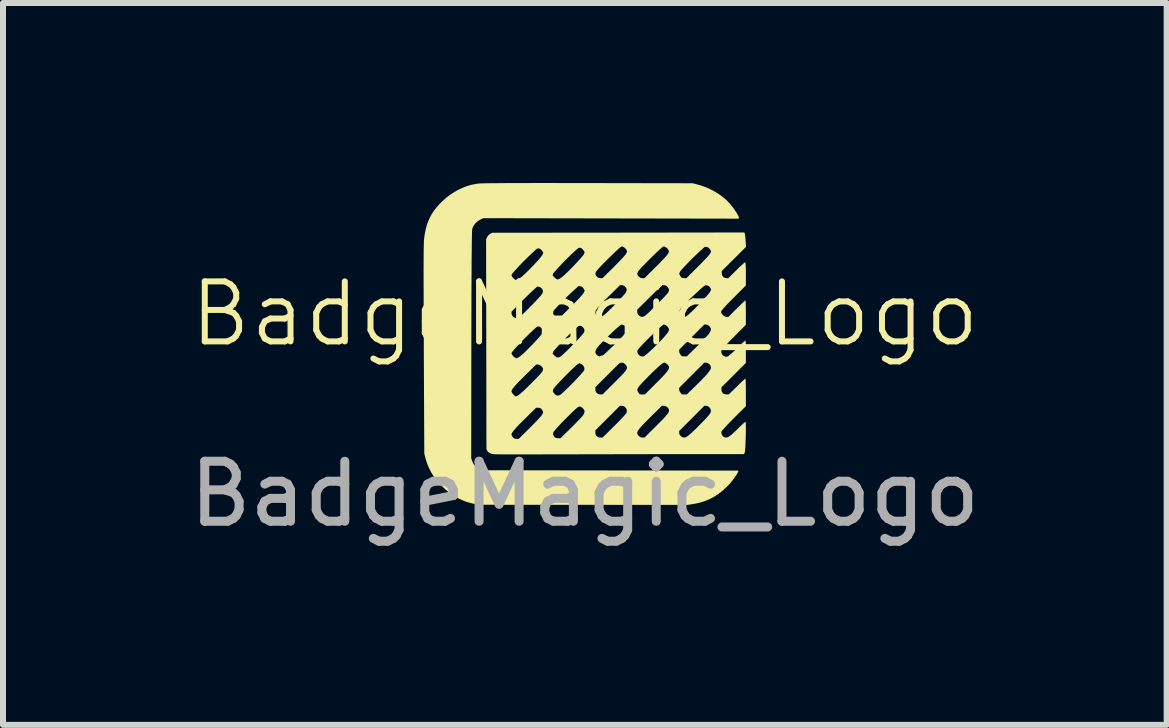
<source format=kicad_pcb>
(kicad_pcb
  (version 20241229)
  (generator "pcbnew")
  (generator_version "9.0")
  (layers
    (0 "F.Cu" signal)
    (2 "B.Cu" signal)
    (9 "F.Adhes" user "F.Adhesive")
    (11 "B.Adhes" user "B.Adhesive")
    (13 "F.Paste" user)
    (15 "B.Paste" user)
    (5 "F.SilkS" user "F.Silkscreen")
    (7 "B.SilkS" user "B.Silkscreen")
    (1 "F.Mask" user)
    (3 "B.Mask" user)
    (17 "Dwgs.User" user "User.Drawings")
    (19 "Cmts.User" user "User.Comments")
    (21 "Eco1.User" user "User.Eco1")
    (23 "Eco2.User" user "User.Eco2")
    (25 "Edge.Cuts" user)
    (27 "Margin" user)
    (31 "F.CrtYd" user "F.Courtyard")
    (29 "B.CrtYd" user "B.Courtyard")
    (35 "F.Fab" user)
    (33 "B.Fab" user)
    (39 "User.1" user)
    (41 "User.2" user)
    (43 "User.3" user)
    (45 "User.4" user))
  (footprint "BadgeMagic_Logo"
    (layer "F.Cu")
    (at 6.696 2.682)
    (property "Reference" "BadgeMagic_Logo" (at 0 -0.5 0) (unlocked yes) (layer "F.SilkS") (effects (font (size 1 1) (thickness 0.1))))
    (fp_poly (pts (xy 0.065 -2.681) (xy 1.8 -2.678) (xy 1.904 -2.65) (xy 1.941 -2.639) (xy 1.978 -2.626) (xy 2.015 -2.612) (xy 2.052 -2.597) (xy 2.088 -2.58) (xy 2.124 -2.562) (xy 2.159 -2.543) (xy 2.193 -2.523) (xy 2.226 -2.502) (xy 2.258 -2.48) (xy 2.289 -2.457) (xy 2.319 -2.433) (xy 2.347 -2.409) (xy 2.374 -2.384) (xy 2.399 -2.358) (xy 2.422 -2.332) (xy 2.448 -2.301) (xy 2.474 -2.267) (xy 2.498 -2.233) (xy 2.52 -2.2) (xy 2.539 -2.169) (xy 2.547 -2.155) (xy 2.554 -2.143) (xy 2.56 -2.131) (xy 2.564 -2.122) (xy 2.567 -2.114) (xy 2.567 -2.108) (xy 2.567 -2.088) (xy 0.438 -2.092) (xy -1.692 -2.096) (xy -1.743 -2.071) (xy -1.755 -2.065) (xy -1.767 -2.058) (xy -1.778 -2.05) (xy -1.789 -2.042) (xy -1.8 -2.033) (xy -1.81 -2.023) (xy -1.82 -2.014) (xy -1.829 -2.003) (xy -1.837 -1.993) (xy -1.845 -1.982) (xy -1.852 -1.971) (xy -1.859 -1.959) (xy -1.865 -1.948) (xy -1.869 -1.936) (xy -1.873 -1.924) (xy -1.877 -1.913) (xy -1.879 -1.873) (xy -1.882 -1.778) (xy -1.886 -1.419) (xy -1.889 -0.823) (xy -1.891 0.021) (xy -1.893 1.904) (xy -1.879 1.947) (xy -1.874 1.959) (xy -1.87 1.97) (xy -1.865 1.981) (xy -1.86 1.991) (xy -1.855 2) (xy -1.849 2.008) (xy -1.843 2.017) (xy -1.837 2.024) (xy -1.83 2.032) (xy -1.822 2.038) (xy -1.814 2.045) (xy -1.806 2.051) (xy -1.796 2.058) (xy -1.786 2.064) (xy -1.775 2.07) (xy -1.763 2.076) (xy -1.703 2.105) (xy 0.427 2.108) (xy 2.557 2.111) (xy 2.557 2.125) (xy 2.557 2.127) (xy 2.556 2.13) (xy 2.552 2.138) (xy 2.547 2.149) (xy 2.54 2.161) (xy 2.531 2.175) (xy 2.521 2.19) (xy 2.498 2.224) (xy 2.472 2.259) (xy 2.445 2.294) (xy 2.432 2.31) (xy 2.419 2.326) (xy 2.406 2.34) (xy 2.395 2.352) (xy 2.361 2.385) (xy 2.328 2.416) (xy 2.295 2.446) (xy 2.261 2.473) (xy 2.227 2.498) (xy 2.193 2.522) (xy 2.158 2.544) (xy 2.123 2.564) (xy 2.087 2.582) (xy 2.05 2.599) (xy 2.013 2.614) (xy 1.974 2.627) (xy 1.935 2.639) (xy 1.895 2.65) (xy 1.853 2.659) (xy 1.811 2.667) (xy 1.716 2.682) (xy -0.02 2.681) (xy -1.756 2.68) (xy -1.836 2.666) (xy -1.873 2.658) (xy -1.91 2.649) (xy -1.946 2.639) (xy -1.982 2.627) (xy -2.017 2.614) (xy -2.052 2.599) (xy -2.086 2.583) (xy -2.12 2.566) (xy -2.154 2.547) (xy -2.187 2.526) (xy -2.22 2.505) (xy -2.252 2.481) (xy -2.284 2.457) (xy -2.315 2.431) (xy -2.345 2.403) (xy -2.376 2.375) (xy -2.402 2.348) (xy -2.426 2.322) (xy -2.449 2.296) (xy -2.472 2.269) (xy -2.493 2.242) (xy -2.512 2.214) (xy -2.531 2.187) (xy -2.549 2.159) (xy -2.565 2.13) (xy -2.58 2.101) (xy -2.595 2.072) (xy -2.608 2.042) (xy -2.62 2.011) (xy -2.632 1.98) (xy -2.642 1.948) (xy -2.652 1.915) (xy -2.675 1.83) (xy -2.683 0.105) (xy -2.687 -1.216) (xy -2.685 -1.572) (xy -2.681 -1.726) (xy -2.675 -1.777) (xy -2.668 -1.826) (xy -2.659 -1.873) (xy -2.65 -1.918) (xy -2.638 -1.961) (xy -2.626 -2.002) (xy -2.611 -2.041) (xy -2.595 -2.079) (xy -2.577 -2.116) (xy -2.558 -2.152) (xy -2.536 -2.187) (xy -2.513 -2.222) (xy -2.487 -2.256) (xy -2.459 -2.289) (xy -2.429 -2.323) (xy -2.397 -2.356) (xy -2.363 -2.389) (xy -2.328 -2.42) (xy -2.292 -2.45) (xy -2.255 -2.478) (xy -2.218 -2.504) (xy -2.18 -2.528) (xy -2.141 -2.551) (xy -2.102 -2.572) (xy -2.062 -2.591) (xy -2.021 -2.609) (xy -1.98 -2.624) (xy -1.939 -2.638) (xy -1.898 -2.65) (xy -1.856 -2.659) (xy -1.814 -2.667) (xy -1.772 -2.673) (xy -1.722 -2.676) (xy -1.624 -2.678) (xy -1.277 -2.681) (xy -0.718 -2.682)) (stroke (width -0.000001) (type solid)) (fill yes) (layer "F.SilkS"))
    (fp_poly (pts (xy 2.667 -1.834) (xy 2.668 -1.831) (xy 2.669 -1.828) (xy 2.67 -1.817) (xy 2.672 -1.804) (xy 2.674 -1.789) (xy 2.676 -1.772) (xy 2.677 -1.753) (xy 2.679 -1.734) (xy 2.68 -1.714) (xy 2.687 -1.618) (xy 2.484 -1.416) (xy 2.282 -1.215) (xy 2.282 -1.178) (xy 2.282 -1.174) (xy 2.282 -1.17) (xy 2.283 -1.166) (xy 2.283 -1.162) (xy 2.284 -1.158) (xy 2.285 -1.154) (xy 2.287 -1.15) (xy 2.288 -1.147) (xy 2.29 -1.143) (xy 2.291 -1.139) (xy 2.293 -1.136) (xy 2.295 -1.133) (xy 2.298 -1.129) (xy 2.3 -1.126) (xy 2.303 -1.123) (xy 2.305 -1.12) (xy 2.308 -1.118) (xy 2.311 -1.115) (xy 2.314 -1.113) (xy 2.317 -1.11) (xy 2.32 -1.108) (xy 2.323 -1.106) (xy 2.327 -1.104) (xy 2.33 -1.103) (xy 2.334 -1.101) (xy 2.338 -1.1) (xy 2.341 -1.099) (xy 2.345 -1.098) (xy 2.349 -1.097) (xy 2.353 -1.096) (xy 2.357 -1.096) (xy 2.361 -1.096) (xy 2.391 -1.096) (xy 2.525 -1.228) (xy 2.552 -1.255) (xy 2.578 -1.28) (xy 2.602 -1.302) (xy 2.623 -1.322) (xy 2.641 -1.338) (xy 2.656 -1.35) (xy 2.666 -1.358) (xy 2.669 -1.36) (xy 2.671 -1.361) (xy 2.672 -1.36) (xy 2.673 -1.36) (xy 2.674 -1.359) (xy 2.674 -1.358) (xy 2.675 -1.357) (xy 2.676 -1.355) (xy 2.677 -1.353) (xy 2.677 -1.351) (xy 2.678 -1.348) (xy 2.678 -1.345) (xy 2.679 -1.337) (xy 2.68 -1.328) (xy 2.681 -1.318) (xy 2.682 -1.306) (xy 2.682 -1.292) (xy 2.683 -1.276) (xy 2.683 -1.258) (xy 2.684 -1.239) (xy 2.684 -1.217) (xy 2.684 -1.168) (xy 2.684 -0.975) (xy 2.478 -0.768) (xy 2.427 -0.716) (xy 2.383 -0.672) (xy 2.348 -0.634) (xy 2.319 -0.603) (xy 2.298 -0.578) (xy 2.283 -0.559) (xy 2.278 -0.551) (xy 2.274 -0.545) (xy 2.272 -0.54) (xy 2.271 -0.536) (xy 2.271 -0.533) (xy 2.272 -0.53) (xy 2.273 -0.526) (xy 2.274 -0.523) (xy 2.275 -0.519) (xy 2.276 -0.516) (xy 2.278 -0.512) (xy 2.28 -0.509) (xy 2.283 -0.505) (xy 2.285 -0.501) (xy 2.29 -0.494) (xy 2.297 -0.487) (xy 2.303 -0.481) (xy 2.31 -0.474) (xy 2.318 -0.469) (xy 2.325 -0.464) (xy 2.333 -0.459) (xy 2.337 -0.457) (xy 2.34 -0.455) (xy 2.344 -0.454) (xy 2.348 -0.453) (xy 2.352 -0.452) (xy 2.355 -0.451) (xy 2.359 -0.451) (xy 2.362 -0.45) (xy 2.391 -0.45) (xy 2.53 -0.588) (xy 2.585 -0.641) (xy 2.63 -0.685) (xy 2.648 -0.702) (xy 2.663 -0.715) (xy 2.672 -0.723) (xy 2.675 -0.725) (xy 2.676 -0.726) (xy 2.677 -0.725) (xy 2.677 -0.725) (xy 2.678 -0.721) (xy 2.679 -0.716) (xy 2.679 -0.71) (xy 2.681 -0.691) (xy 2.682 -0.666) (xy 2.683 -0.636) (xy 2.683 -0.601) (xy 2.684 -0.563) (xy 2.684 -0.522) (xy 2.684 -0.319) (xy 2.484 -0.117) (xy 2.439 -0.072) (xy 2.399 -0.031) (xy 2.364 0.006) (xy 2.334 0.039) (xy 2.311 0.066) (xy 2.293 0.087) (xy 2.286 0.096) (xy 2.281 0.103) (xy 2.278 0.109) (xy 2.276 0.113) (xy 2.275 0.118) (xy 2.274 0.123) (xy 2.274 0.128) (xy 2.274 0.133) (xy 2.275 0.138) (xy 2.276 0.143) (xy 2.277 0.148) (xy 2.278 0.153) (xy 2.28 0.158) (xy 2.282 0.163) (xy 2.285 0.167) (xy 2.287 0.171) (xy 2.29 0.176) (xy 2.293 0.18) (xy 2.297 0.184) (xy 2.3 0.188) (xy 2.304 0.191) (xy 2.308 0.194) (xy 2.312 0.197) (xy 2.316 0.2) (xy 2.321 0.203) (xy 2.325 0.205) (xy 2.33 0.207) (xy 2.335 0.209) (xy 2.34 0.211) (xy 2.345 0.212) (xy 2.35 0.213) (xy 2.355 0.213) (xy 2.36 0.213) (xy 2.365 0.213) (xy 2.37 0.212) (xy 2.375 0.211) (xy 2.377 0.211) (xy 2.379 0.21) (xy 2.384 0.207) (xy 2.39 0.203) (xy 2.397 0.198) (xy 2.404 0.192) (xy 2.413 0.185) (xy 2.423 0.177) (xy 2.433 0.168) (xy 2.456 0.148) (xy 2.482 0.125) (xy 2.508 0.1) (xy 2.536 0.073) (xy 2.588 0.022) (xy 2.632 -0.02) (xy 2.65 -0.036) (xy 2.663 -0.048) (xy 2.672 -0.056) (xy 2.675 -0.058) (xy 2.676 -0.059) (xy 2.677 -0.059) (xy 2.677 -0.058) (xy 2.678 -0.055) (xy 2.679 -0.05) (xy 2.679 -0.044) (xy 2.681 -0.027) (xy 2.682 -0.004) (xy 2.683 0.024) (xy 2.683 0.056) (xy 2.684 0.091) (xy 2.684 0.129) (xy 2.684 0.317) (xy 2.481 0.52) (xy 2.277 0.723) (xy 2.277 0.762) (xy 2.278 0.767) (xy 2.278 0.771) (xy 2.278 0.775) (xy 2.279 0.779) (xy 2.28 0.784) (xy 2.281 0.787) (xy 2.282 0.791) (xy 2.283 0.795) (xy 2.285 0.798) (xy 2.287 0.802) (xy 2.289 0.805) (xy 2.291 0.808) (xy 2.293 0.811) (xy 2.295 0.814) (xy 2.298 0.817) (xy 2.301 0.82) (xy 2.303 0.822) (xy 2.307 0.824) (xy 2.31 0.827) (xy 2.313 0.829) (xy 2.316 0.831) (xy 2.32 0.832) (xy 2.324 0.834) (xy 2.328 0.835) (xy 2.332 0.837) (xy 2.336 0.838) (xy 2.34 0.839) (xy 2.344 0.839) (xy 2.349 0.84) (xy 2.354 0.84) (xy 2.358 0.841) (xy 2.363 0.841) (xy 2.4 0.841) (xy 2.535 0.708) (xy 2.588 0.657) (xy 2.632 0.615) (xy 2.65 0.599) (xy 2.663 0.587) (xy 2.673 0.579) (xy 2.675 0.577) (xy 2.677 0.576) (xy 2.677 0.576) (xy 2.677 0.577) (xy 2.678 0.581) (xy 2.679 0.587) (xy 2.68 0.594) (xy 2.681 0.616) (xy 2.682 0.644) (xy 2.683 0.678) (xy 2.683 0.717) (xy 2.684 0.76) (xy 2.684 0.806) (xy 2.684 1.037) (xy 2.483 1.237) (xy 2.443 1.278) (xy 2.405 1.317) (xy 2.371 1.353) (xy 2.34 1.386) (xy 2.315 1.414) (xy 2.295 1.436) (xy 2.282 1.453) (xy 2.279 1.458) (xy 2.277 1.462) (xy 2.276 1.465) (xy 2.276 1.468) (xy 2.275 1.472) (xy 2.275 1.475) (xy 2.276 1.479) (xy 2.276 1.482) (xy 2.277 1.49) (xy 2.279 1.497) (xy 2.281 1.504) (xy 2.284 1.512) (xy 2.288 1.519) (xy 2.292 1.525) (xy 2.297 1.532) (xy 2.301 1.538) (xy 2.307 1.543) (xy 2.309 1.545) (xy 2.312 1.547) (xy 2.315 1.549) (xy 2.318 1.551) (xy 2.321 1.553) (xy 2.324 1.554) (xy 2.327 1.555) (xy 2.33 1.556) (xy 2.334 1.557) (xy 2.339 1.558) (xy 2.343 1.559) (xy 2.348 1.559) (xy 2.352 1.559) (xy 2.357 1.559) (xy 2.361 1.559) (xy 2.366 1.558) (xy 2.37 1.557) (xy 2.375 1.556) (xy 2.38 1.554) (xy 2.385 1.553) (xy 2.39 1.55) (xy 2.395 1.548) (xy 2.4 1.545) (xy 2.406 1.541) (xy 2.412 1.537) (xy 2.418 1.533) (xy 2.424 1.528) (xy 2.431 1.523) (xy 2.445 1.512) (xy 2.461 1.498) (xy 2.478 1.482) (xy 2.497 1.465) (xy 2.518 1.445) (xy 2.541 1.422) (xy 2.591 1.373) (xy 2.634 1.333) (xy 2.651 1.317) (xy 2.665 1.306) (xy 2.674 1.298) (xy 2.677 1.296) (xy 2.678 1.296) (xy 2.679 1.297) (xy 2.68 1.301) (xy 2.682 1.317) (xy 2.684 1.373) (xy 2.684 1.452) (xy 2.682 1.544) (xy 2.679 1.637) (xy 2.675 1.72) (xy 2.67 1.782) (xy 2.667 1.802) (xy 2.665 1.812) (xy 2.651 1.836) (xy 1.489 1.836) (xy -0.577 1.84) (xy -1.228 1.841) (xy -1.435 1.84) (xy -1.523 1.837) (xy -1.523 1.837) (xy -1.533 1.835) (xy -1.542 1.833) (xy -1.551 1.831) (xy -1.56 1.828) (xy -1.568 1.825) (xy -1.575 1.822) (xy -1.582 1.819) (xy -1.589 1.816) (xy -1.595 1.812) (xy -1.6 1.808) (xy -1.606 1.804) (xy -1.61 1.8) (xy -1.615 1.795) (xy -1.619 1.79) (xy -1.623 1.785) (xy -1.626 1.78) (xy -1.639 1.756) (xy -1.64 1.508) (xy -1.221 1.508) (xy -1.221 1.51) (xy -1.221 1.512) (xy -1.22 1.514) (xy -1.22 1.517) (xy -1.219 1.52) (xy -1.218 1.523) (xy -1.216 1.526) (xy -1.215 1.529) (xy -1.213 1.532) (xy -1.212 1.535) (xy -1.21 1.538) (xy -1.208 1.541) (xy -1.206 1.545) (xy -1.204 1.548) (xy -1.202 1.551) (xy -1.199 1.554) (xy -1.196 1.557) (xy -1.193 1.561) (xy -1.19 1.564) (xy -1.187 1.567) (xy -1.186 1.568) (xy -1.184 1.569) (xy -1.182 1.571) (xy -1.181 1.572) (xy -1.179 1.573) (xy -1.177 1.574) (xy -1.176 1.575) (xy -1.174 1.575) (xy -1.172 1.576) (xy -1.17 1.577) (xy -1.168 1.578) (xy -1.167 1.578) (xy -1.165 1.579) (xy -1.163 1.579) (xy -1.158 1.58) (xy -1.154 1.581) (xy -1.149 1.581) (xy -1.144 1.581) (xy -1.139 1.582) (xy -1.101 1.582) (xy -1.017 1.498) (xy -0.528 1.498) (xy -0.528 1.503) (xy -0.528 1.508) (xy -0.527 1.512) (xy -0.526 1.516) (xy -0.525 1.521) (xy -0.523 1.525) (xy -0.522 1.529) (xy -0.52 1.533) (xy -0.517 1.537) (xy -0.515 1.54) (xy -0.512 1.544) (xy -0.509 1.547) (xy -0.506 1.55) (xy -0.502 1.553) (xy -0.499 1.556) (xy -0.495 1.558) (xy -0.491 1.561) (xy -0.487 1.563) (xy -0.482 1.565) (xy -0.477 1.566) (xy -0.473 1.568) (xy -0.468 1.569) (xy -0.462 1.57) (xy -0.457 1.57) (xy -0.452 1.571) (xy -0.446 1.571) (xy -0.404 1.571) (xy -0.271 1.44) (xy 0.176 1.44) (xy 0.176 1.476) (xy 0.176 1.48) (xy 0.176 1.485) (xy 0.177 1.489) (xy 0.177 1.494) (xy 0.178 1.498) (xy 0.179 1.502) (xy 0.18 1.506) (xy 0.182 1.51) (xy 0.183 1.513) (xy 0.185 1.517) (xy 0.187 1.521) (xy 0.189 1.524) (xy 0.192 1.527) (xy 0.194 1.531) (xy 0.196 1.534) (xy 0.199 1.536) (xy 0.202 1.539) (xy 0.205 1.542) (xy 0.208 1.544) (xy 0.211 1.547) (xy 0.215 1.549) (xy 0.218 1.551) (xy 0.222 1.552) (xy 0.226 1.554) (xy 0.229 1.556) (xy 0.233 1.557) (xy 0.237 1.558) (xy 0.241 1.559) (xy 0.246 1.559) (xy 0.25 1.56) (xy 0.254 1.56) (xy 0.259 1.56) (xy 0.296 1.56) (xy 0.374 1.483) (xy 0.874 1.483) (xy 0.874 1.487) (xy 0.875 1.49) (xy 0.875 1.494) (xy 0.876 1.497) (xy 0.877 1.501) (xy 0.879 1.504) (xy 0.88 1.507) (xy 0.882 1.511) (xy 0.884 1.514) (xy 0.886 1.517) (xy 0.888 1.521) (xy 0.891 1.524) (xy 0.893 1.527) (xy 0.896 1.53) (xy 0.899 1.533) (xy 0.902 1.536) (xy 0.905 1.538) (xy 0.908 1.541) (xy 0.911 1.543) (xy 0.915 1.546) (xy 0.918 1.548) (xy 0.922 1.55) (xy 0.926 1.552) (xy 0.929 1.554) (xy 0.933 1.555) (xy 0.937 1.556) (xy 0.941 1.558) (xy 0.945 1.559) (xy 0.949 1.559) (xy 0.953 1.56) (xy 0.956 1.56) (xy 0.96 1.56) (xy 0.995 1.56) (xy 1.106 1.45) (xy 1.573 1.45) (xy 1.573 1.479) (xy 1.573 1.483) (xy 1.573 1.487) (xy 1.574 1.49) (xy 1.575 1.494) (xy 1.576 1.498) (xy 1.577 1.501) (xy 1.578 1.505) (xy 1.58 1.509) (xy 1.582 1.512) (xy 1.584 1.516) (xy 1.586 1.519) (xy 1.588 1.522) (xy 1.591 1.526) (xy 1.594 1.529) (xy 1.596 1.532) (xy 1.599 1.535) (xy 1.602 1.537) (xy 1.605 1.54) (xy 1.609 1.543) (xy 1.612 1.545) (xy 1.615 1.547) (xy 1.619 1.55) (xy 1.623 1.551) (xy 1.626 1.553) (xy 1.63 1.555) (xy 1.634 1.556) (xy 1.637 1.558) (xy 1.641 1.559) (xy 1.645 1.559) (xy 1.649 1.56) (xy 1.653 1.56) (xy 1.657 1.56) (xy 1.661 1.56) (xy 1.666 1.56) (xy 1.67 1.559) (xy 1.675 1.557) (xy 1.68 1.555) (xy 1.686 1.553) (xy 1.691 1.55) (xy 1.697 1.547) (xy 1.704 1.543) (xy 1.71 1.538) (xy 1.717 1.533) (xy 1.725 1.527) (xy 1.733 1.521) (xy 1.741 1.514) (xy 1.751 1.506) (xy 1.76 1.498) (xy 1.79 1.471) (xy 1.825 1.438) (xy 1.864 1.401) (xy 1.904 1.36) (xy 1.945 1.318) (xy 1.986 1.276) (xy 2.024 1.236) (xy 2.057 1.198) (xy 2.063 1.192) (xy 2.068 1.185) (xy 2.073 1.179) (xy 2.078 1.173) (xy 2.082 1.168) (xy 2.085 1.162) (xy 2.089 1.157) (xy 2.091 1.152) (xy 2.094 1.147) (xy 2.096 1.143) (xy 2.098 1.138) (xy 2.099 1.133) (xy 2.1 1.129) (xy 2.101 1.124) (xy 2.102 1.12) (xy 2.102 1.116) (xy 2.102 1.112) (xy 2.101 1.108) (xy 2.101 1.104) (xy 2.1 1.1) (xy 2.099 1.096) (xy 2.098 1.092) (xy 2.096 1.089) (xy 2.095 1.085) (xy 2.093 1.081) (xy 2.091 1.078) (xy 2.089 1.074) (xy 2.087 1.071) (xy 2.084 1.067) (xy 2.082 1.064) (xy 2.076 1.058) (xy 2.073 1.055) (xy 2.07 1.052) (xy 2.067 1.05) (xy 2.064 1.047) (xy 2.06 1.045) (xy 2.057 1.042) (xy 2.054 1.04) (xy 2.05 1.039) (xy 2.046 1.037) (xy 2.043 1.035) (xy 2.039 1.034) (xy 2.035 1.033) (xy 2.032 1.032) (xy 2.028 1.032) (xy 2.024 1.031) (xy 2.021 1.031) (xy 1.991 1.031) (xy 1.782 1.241) (xy 1.573 1.45) (xy 1.106 1.45) (xy 1.184 1.373) (xy 1.247 1.309) (xy 1.298 1.258) (xy 1.336 1.217) (xy 1.351 1.2) (xy 1.364 1.185) (xy 1.375 1.171) (xy 1.384 1.159) (xy 1.39 1.149) (xy 1.395 1.139) (xy 1.399 1.13) (xy 1.402 1.121) (xy 1.403 1.113) (xy 1.403 1.105) (xy 1.403 1.102) (xy 1.403 1.099) (xy 1.402 1.096) (xy 1.401 1.093) (xy 1.4 1.089) (xy 1.399 1.086) (xy 1.397 1.083) (xy 1.395 1.08) (xy 1.394 1.076) (xy 1.391 1.073) (xy 1.389 1.07) (xy 1.387 1.067) (xy 1.384 1.064) (xy 1.381 1.061) (xy 1.378 1.058) (xy 1.375 1.056) (xy 1.372 1.053) (xy 1.369 1.051) (xy 1.366 1.048) (xy 1.362 1.046) (xy 1.359 1.044) (xy 1.355 1.042) (xy 1.352 1.04) (xy 1.348 1.038) (xy 1.344 1.037) (xy 1.341 1.035) (xy 1.337 1.034) (xy 1.333 1.033) (xy 1.329 1.032) (xy 1.326 1.032) (xy 1.322 1.031) (xy 1.318 1.031) (xy 1.285 1.031) (xy 1.11 1.203) (xy 1.045 1.267) (xy 0.993 1.32) (xy 0.952 1.363) (xy 0.935 1.382) (xy 0.921 1.398) (xy 0.909 1.413) (xy 0.899 1.427) (xy 0.891 1.438) (xy 0.884 1.449) (xy 0.88 1.459) (xy 0.876 1.468) (xy 0.875 1.476) (xy 0.874 1.483) (xy 0.374 1.483) (xy 0.485 1.373) (xy 0.524 1.334) (xy 0.56 1.297) (xy 0.594 1.263) (xy 0.624 1.231) (xy 0.649 1.204) (xy 0.669 1.181) (xy 0.684 1.164) (xy 0.688 1.159) (xy 0.691 1.154) (xy 0.693 1.149) (xy 0.695 1.144) (xy 0.697 1.139) (xy 0.698 1.133) (xy 0.699 1.128) (xy 0.7 1.123) (xy 0.7 1.117) (xy 0.7 1.112) (xy 0.7 1.107) (xy 0.699 1.101) (xy 0.698 1.096) (xy 0.696 1.091) (xy 0.695 1.086) (xy 0.693 1.081) (xy 0.69 1.077) (xy 0.688 1.072) (xy 0.685 1.068) (xy 0.682 1.064) (xy 0.678 1.06) (xy 0.675 1.056) (xy 0.671 1.052) (xy 0.667 1.049) (xy 0.663 1.046) (xy 0.658 1.043) (xy 0.654 1.04) (xy 0.649 1.038) (xy 0.644 1.036) (xy 0.639 1.034) (xy 0.633 1.033) (xy 0.628 1.032) (xy 0.622 1.031) (xy 0.616 1.031) (xy 0.585 1.031) (xy 0.38 1.236) (xy 0.176 1.44) (xy -0.271 1.44) (xy -0.234 1.404) (xy -0.166 1.336) (xy -0.106 1.274) (xy -0.081 1.248) (xy -0.06 1.226) (xy -0.044 1.208) (xy -0.035 1.196) (xy -0.028 1.186) (xy -0.022 1.177) (xy -0.016 1.167) (xy -0.012 1.158) (xy -0.01 1.154) (xy -0.009 1.15) (xy -0.008 1.146) (xy -0.007 1.141) (xy -0.006 1.137) (xy -0.005 1.133) (xy -0.005 1.129) (xy -0.005 1.125) (xy -0.005 1.122) (xy -0.006 1.118) (xy -0.006 1.114) (xy -0.007 1.11) (xy -0.008 1.107) (xy -0.01 1.103) (xy -0.011 1.1) (xy -0.013 1.096) (xy -0.015 1.093) (xy -0.018 1.089) (xy -0.02 1.086) (xy -0.023 1.083) (xy -0.026 1.079) (xy -0.03 1.076) (xy -0.037 1.069) (xy -0.044 1.064) (xy -0.05 1.059) (xy -0.055 1.055) (xy -0.06 1.051) (xy -0.062 1.05) (xy -0.065 1.048) (xy -0.067 1.047) (xy -0.069 1.046) (xy -0.071 1.045) (xy -0.073 1.044) (xy -0.075 1.044) (xy -0.077 1.044) (xy -0.079 1.043) (xy -0.082 1.043) (xy -0.084 1.043) (xy -0.086 1.044) (xy -0.088 1.044) (xy -0.09 1.044) (xy -0.092 1.045) (xy -0.095 1.046) (xy -0.097 1.047) (xy -0.1 1.048) (xy -0.106 1.05) (xy -0.112 1.053) (xy -0.119 1.057) (xy -0.13 1.065) (xy -0.147 1.079) (xy -0.197 1.125) (xy -0.261 1.188) (xy -0.331 1.258) (xy -0.4 1.329) (xy -0.459 1.393) (xy -0.503 1.442) (xy -0.516 1.459) (xy -0.522 1.468) (xy -0.524 1.474) (xy -0.525 1.479) (xy -0.526 1.484) (xy -0.527 1.489) (xy -0.528 1.493) (xy -0.528 1.498) (xy -1.017 1.498) (xy -0.911 1.394) (xy -0.873 1.355) (xy -0.836 1.318) (xy -0.803 1.283) (xy -0.773 1.251) (xy -0.748 1.223) (xy -0.727 1.2) (xy -0.714 1.182) (xy -0.709 1.176) (xy -0.707 1.171) (xy -0.692 1.137) (xy -0.707 1.106) (xy -0.711 1.101) (xy -0.714 1.095) (xy -0.716 1.093) (xy -0.717 1.09) (xy -0.719 1.088) (xy -0.721 1.086) (xy -0.723 1.084) (xy -0.725 1.082) (xy -0.726 1.08) (xy -0.728 1.078) (xy -0.73 1.077) (xy -0.732 1.075) (xy -0.735 1.074) (xy -0.737 1.072) (xy -0.739 1.071) (xy -0.741 1.07) (xy -0.744 1.069) (xy -0.746 1.068) (xy -0.749 1.067) (xy -0.752 1.066) (xy -0.754 1.066) (xy -0.757 1.065) (xy -0.76 1.065) (xy -0.763 1.064) (xy -0.77 1.063) (xy -0.777 1.063) (xy -0.784 1.063) (xy -0.811 1.063) (xy -0.986 1.235) (xy -1.048 1.296) (xy -1.099 1.348) (xy -1.14 1.391) (xy -1.171 1.426) (xy -1.184 1.441) (xy -1.194 1.454) (xy -1.203 1.466) (xy -1.21 1.477) (xy -1.215 1.486) (xy -1.219 1.494) (xy -1.221 1.501) (xy -1.221 1.508) (xy -1.64 1.508) (xy -1.641 0.79) (xy -1.221 0.79) (xy -1.221 0.791) (xy -1.221 0.792) (xy -1.221 0.795) (xy -1.22 0.798) (xy -1.219 0.801) (xy -1.217 0.804) (xy -1.216 0.807) (xy -1.214 0.811) (xy -1.212 0.814) (xy -1.21 0.818) (xy -1.207 0.821) (xy -1.205 0.825) (xy -1.202 0.829) (xy -1.199 0.832) (xy -1.196 0.836) (xy -1.193 0.839) (xy -1.189 0.843) (xy -1.157 0.875) (xy -1.129 0.867) (xy -1.127 0.867) (xy -1.125 0.866) (xy -1.12 0.863) (xy -1.114 0.859) (xy -1.107 0.854) (xy -1.099 0.848) (xy -1.09 0.841) (xy -1.08 0.833) (xy -1.069 0.824) (xy -1.045 0.803) (xy -1.024 0.785) (xy -0.532 0.785) (xy -0.532 0.787) (xy -0.532 0.789) (xy -0.532 0.791) (xy -0.531 0.793) (xy -0.531 0.794) (xy -0.53 0.796) (xy -0.529 0.798) (xy -0.528 0.8) (xy -0.527 0.803) (xy -0.524 0.807) (xy -0.52 0.812) (xy -0.516 0.817) (xy -0.512 0.823) (xy -0.506 0.829) (xy -0.5 0.836) (xy -0.498 0.839) (xy -0.495 0.841) (xy -0.492 0.844) (xy -0.49 0.846) (xy -0.487 0.848) (xy -0.484 0.85) (xy -0.481 0.852) (xy -0.479 0.854) (xy -0.476 0.855) (xy -0.473 0.857) (xy -0.471 0.858) (xy -0.468 0.859) (xy -0.465 0.859) (xy -0.462 0.86) (xy -0.459 0.86) (xy -0.456 0.861) (xy -0.453 0.861) (xy -0.45 0.861) (xy -0.447 0.861) (xy -0.444 0.86) (xy -0.441 0.86) (xy -0.438 0.859) (xy -0.434 0.858) (xy -0.431 0.857) (xy -0.428 0.856) (xy -0.424 0.854) (xy -0.416 0.851) (xy -0.409 0.847) (xy -0.396 0.838) (xy -0.378 0.823) (xy -0.327 0.776) (xy -0.27 0.721) (xy 0.176 0.721) (xy 0.176 0.756) (xy 0.176 0.761) (xy 0.176 0.765) (xy 0.177 0.77) (xy 0.177 0.774) (xy 0.178 0.778) (xy 0.179 0.782) (xy 0.18 0.786) (xy 0.182 0.79) (xy 0.183 0.794) (xy 0.185 0.797) (xy 0.187 0.801) (xy 0.189 0.804) (xy 0.192 0.808) (xy 0.194 0.811) (xy 0.196 0.814) (xy 0.199 0.817) (xy 0.202 0.82) (xy 0.205 0.822) (xy 0.208 0.825) (xy 0.211 0.827) (xy 0.215 0.829) (xy 0.218 0.831) (xy 0.222 0.833) (xy 0.226 0.834) (xy 0.229 0.836) (xy 0.233 0.837) (xy 0.237 0.838) (xy 0.241 0.839) (xy 0.246 0.84) (xy 0.25 0.84) (xy 0.254 0.841) (xy 0.259 0.841) (xy 0.296 0.841) (xy 0.37 0.767) (xy 0.875 0.767) (xy 0.875 0.771) (xy 0.876 0.775) (xy 0.877 0.779) (xy 0.878 0.783) (xy 0.88 0.787) (xy 0.884 0.795) (xy 0.889 0.804) (xy 0.896 0.813) (xy 0.918 0.841) (xy 1.002 0.841) (xy 1.113 0.73) (xy 1.573 0.73) (xy 1.573 0.758) (xy 1.573 0.761) (xy 1.573 0.764) (xy 1.574 0.767) (xy 1.574 0.77) (xy 1.575 0.774) (xy 1.576 0.778) (xy 1.578 0.781) (xy 1.579 0.785) (xy 1.581 0.789) (xy 1.582 0.793) (xy 1.584 0.796) (xy 1.586 0.8) (xy 1.588 0.803) (xy 1.59 0.807) (xy 1.592 0.81) (xy 1.595 0.813) (xy 1.617 0.841) (xy 1.7 0.841) (xy 1.839 0.706) (xy 1.906 0.64) (xy 1.961 0.584) (xy 2.007 0.536) (xy 2.026 0.515) (xy 2.043 0.495) (xy 2.057 0.478) (xy 2.069 0.462) (xy 2.08 0.448) (xy 2.088 0.435) (xy 2.094 0.423) (xy 2.098 0.413) (xy 2.101 0.404) (xy 2.102 0.395) (xy 2.102 0.392) (xy 2.101 0.388) (xy 2.101 0.384) (xy 2.1 0.38) (xy 2.099 0.376) (xy 2.098 0.373) (xy 2.096 0.369) (xy 2.095 0.365) (xy 2.093 0.361) (xy 2.091 0.358) (xy 2.089 0.354) (xy 2.087 0.351) (xy 2.084 0.348) (xy 2.082 0.344) (xy 2.076 0.338) (xy 2.07 0.332) (xy 2.067 0.33) (xy 2.064 0.327) (xy 2.06 0.325) (xy 2.057 0.323) (xy 2.053 0.321) (xy 2.05 0.319) (xy 2.046 0.317) (xy 2.043 0.316) (xy 2.039 0.315) (xy 2.035 0.313) (xy 2.032 0.313) (xy 2.028 0.312) (xy 2.024 0.312) (xy 2.021 0.312) (xy 1.991 0.312) (xy 1.573 0.73) (xy 1.113 0.73) (xy 1.18 0.663) (xy 1.241 0.602) (xy 1.29 0.552) (xy 1.329 0.51) (xy 1.345 0.492) (xy 1.359 0.476) (xy 1.37 0.461) (xy 1.38 0.448) (xy 1.387 0.436) (xy 1.394 0.425) (xy 1.398 0.415) (xy 1.401 0.406) (xy 1.403 0.398) (xy 1.403 0.39) (xy 1.403 0.387) (xy 1.403 0.384) (xy 1.402 0.381) (xy 1.401 0.378) (xy 1.4 0.375) (xy 1.398 0.371) (xy 1.397 0.368) (xy 1.395 0.365) (xy 1.391 0.358) (xy 1.386 0.352) (xy 1.38 0.345) (xy 1.374 0.339) (xy 1.368 0.334) (xy 1.362 0.328) (xy 1.355 0.324) (xy 1.348 0.32) (xy 1.345 0.318) (xy 1.341 0.316) (xy 1.338 0.315) (xy 1.335 0.314) (xy 1.331 0.313) (xy 1.328 0.312) (xy 1.325 0.312) (xy 1.322 0.312) (xy 1.319 0.312) (xy 1.316 0.313) (xy 1.311 0.315) (xy 1.306 0.317) (xy 1.295 0.325) (xy 1.281 0.335) (xy 1.265 0.347) (xy 1.247 0.362) (xy 1.227 0.38) (xy 1.205 0.4) (xy 1.181 0.422) (xy 1.155 0.446) (xy 1.128 0.472) (xy 1.099 0.501) (xy 1.038 0.563) (xy 0.972 0.631) (xy 0.953 0.651) (xy 0.937 0.669) (xy 0.922 0.685) (xy 0.91 0.699) (xy 0.9 0.712) (xy 0.891 0.724) (xy 0.885 0.735) (xy 0.882 0.74) (xy 0.88 0.745) (xy 0.878 0.75) (xy 0.877 0.754) (xy 0.876 0.759) (xy 0.875 0.763) (xy 0.875 0.767) (xy 0.37 0.767) (xy 0.485 0.653) (xy 0.563 0.575) (xy 0.594 0.543) (xy 0.621 0.515) (xy 0.644 0.491) (xy 0.663 0.469) (xy 0.677 0.451) (xy 0.689 0.434) (xy 0.696 0.42) (xy 0.699 0.414) (xy 0.701 0.407) (xy 0.702 0.402) (xy 0.703 0.396) (xy 0.703 0.391) (xy 0.702 0.386) (xy 0.701 0.38) (xy 0.699 0.375) (xy 0.694 0.365) (xy 0.686 0.355) (xy 0.677 0.344) (xy 0.674 0.34) (xy 0.67 0.336) (xy 0.667 0.332) (xy 0.663 0.329) (xy 0.659 0.326) (xy 0.656 0.324) (xy 0.652 0.321) (xy 0.649 0.319) (xy 0.645 0.317) (xy 0.641 0.316) (xy 0.638 0.314) (xy 0.634 0.313) (xy 0.63 0.313) (xy 0.626 0.312) (xy 0.622 0.312) (xy 0.617 0.312) (xy 0.585 0.312) (xy 0.38 0.516) (xy 0.176 0.721) (xy -0.27 0.721) (xy -0.263 0.714) (xy -0.193 0.643) (xy -0.126 0.572) (xy -0.068 0.509) (xy -0.045 0.482) (xy -0.026 0.46) (xy -0.014 0.443) (xy -0.01 0.438) (xy -0.009 0.434) (xy -0.008 0.43) (xy -0.007 0.426) (xy -0.007 0.423) (xy -0.007 0.419) (xy -0.006 0.416) (xy -0.007 0.412) (xy -0.007 0.408) (xy -0.007 0.405) (xy -0.008 0.401) (xy -0.008 0.398) (xy -0.01 0.391) (xy -0.013 0.384) (xy -0.016 0.377) (xy -0.02 0.371) (xy -0.024 0.364) (xy -0.029 0.358) (xy -0.034 0.353) (xy -0.04 0.348) (xy -0.046 0.343) (xy -0.049 0.341) (xy -0.053 0.339) (xy -0.056 0.337) (xy -0.06 0.335) (xy -0.088 0.321) (xy -0.118 0.337) (xy -0.129 0.345) (xy -0.147 0.36) (xy -0.197 0.406) (xy -0.261 0.468) (xy -0.331 0.538) (xy -0.4 0.609) (xy -0.459 0.673) (xy -0.503 0.722) (xy -0.516 0.739) (xy -0.522 0.749) (xy -0.525 0.756) (xy -0.527 0.763) (xy -0.529 0.768) (xy -0.531 0.773) (xy -0.531 0.776) (xy -0.532 0.778) (xy -0.532 0.78) (xy -0.532 0.783) (xy -0.532 0.785) (xy -1.024 0.785) (xy -1.019 0.78) (xy -0.991 0.754) (xy -0.962 0.726) (xy -0.962 0.726) (xy -0.907 0.672) (xy -0.857 0.622) (xy -0.813 0.577) (xy -0.775 0.538) (xy -0.744 0.504) (xy -0.722 0.478) (xy -0.714 0.468) (xy -0.708 0.46) (xy -0.704 0.454) (xy -0.703 0.45) (xy -0.703 0.449) (xy -0.703 0.448) (xy -0.703 0.446) (xy -0.702 0.445) (xy -0.702 0.443) (xy -0.702 0.442) (xy -0.701 0.439) (xy -0.7 0.435) (xy -0.699 0.432) (xy -0.698 0.428) (xy -0.698 0.427) (xy -0.697 0.425) (xy -0.696 0.423) (xy -0.696 0.42) (xy -0.696 0.417) (xy -0.696 0.414) (xy -0.697 0.411) (xy -0.698 0.408) (xy -0.699 0.405) (xy -0.7 0.401) (xy -0.702 0.398) (xy -0.704 0.395) (xy -0.706 0.391) (xy -0.709 0.388) (xy -0.714 0.381) (xy -0.721 0.374) (xy -0.727 0.368) (xy -0.734 0.362) (xy -0.742 0.357) (xy -0.745 0.355) (xy -0.749 0.352) (xy -0.753 0.35) (xy -0.757 0.349) (xy -0.761 0.347) (xy -0.764 0.346) (xy -0.768 0.345) (xy -0.772 0.344) (xy -0.775 0.343) (xy -0.779 0.343) (xy -0.81 0.343) (xy -0.985 0.515) (xy -1.048 0.577) (xy -1.1 0.63) (xy -1.141 0.673) (xy -1.172 0.708) (xy -1.185 0.723) (xy -1.195 0.736) (xy -1.204 0.748) (xy -1.21 0.758) (xy -1.215 0.768) (xy -1.219 0.776) (xy -1.221 0.784) (xy -1.221 0.79) (xy -1.641 0.79) (xy -1.642 0.152) (xy -1.221 0.152) (xy -1.221 0.154) (xy -1.221 0.157) (xy -1.22 0.161) (xy -1.219 0.164) (xy -1.218 0.167) (xy -1.216 0.171) (xy -1.212 0.178) (xy -1.208 0.185) (xy -1.203 0.192) (xy -1.197 0.199) (xy -1.191 0.206) (xy -1.184 0.212) (xy -1.177 0.218) (xy -1.17 0.224) (xy -1.163 0.228) (xy -1.157 0.232) (xy -1.153 0.234) (xy -1.15 0.235) (xy -1.147 0.236) (xy -1.144 0.237) (xy -1.141 0.237) (xy -1.138 0.237) (xy -1.137 0.237) (xy -1.136 0.237) (xy -1.133 0.237) (xy -1.13 0.236) (xy -1.126 0.234) (xy -1.122 0.233) (xy -1.118 0.231) (xy -1.113 0.228) (xy -1.109 0.226) (xy -1.104 0.223) (xy -1.098 0.219) (xy -1.093 0.216) (xy -1.088 0.213) (xy -1.082 0.209) (xy -1.077 0.205) (xy -1.072 0.201) (xy -1.066 0.197) (xy -1.048 0.182) (xy -1.027 0.163) (xy -0.536 0.163) (xy -0.504 0.195) (xy -0.497 0.201) (xy -0.491 0.207) (xy -0.485 0.212) (xy -0.482 0.214) (xy -0.48 0.216) (xy -0.477 0.217) (xy -0.474 0.219) (xy -0.471 0.221) (xy -0.469 0.222) (xy -0.466 0.223) (xy -0.464 0.224) (xy -0.461 0.224) (xy -0.458 0.225) (xy -0.456 0.225) (xy -0.453 0.226) (xy -0.45 0.226) (xy -0.448 0.226) (xy -0.445 0.225) (xy -0.442 0.225) (xy -0.439 0.224) (xy -0.436 0.223) (xy -0.433 0.223) (xy -0.43 0.222) (xy -0.423 0.219) (xy -0.416 0.216) (xy -0.409 0.212) (xy -0.396 0.203) (xy -0.378 0.188) (xy -0.327 0.141) (xy -0.319 0.134) (xy 0.176 0.134) (xy 0.177 0.138) (xy 0.177 0.142) (xy 0.177 0.145) (xy 0.178 0.149) (xy 0.179 0.152) (xy 0.181 0.156) (xy 0.182 0.159) (xy 0.184 0.162) (xy 0.186 0.166) (xy 0.188 0.169) (xy 0.191 0.172) (xy 0.193 0.175) (xy 0.196 0.178) (xy 0.199 0.181) (xy 0.205 0.186) (xy 0.211 0.191) (xy 0.216 0.195) (xy 0.221 0.199) (xy 0.226 0.201) (xy 0.231 0.204) (xy 0.233 0.205) (xy 0.236 0.206) (xy 0.238 0.207) (xy 0.24 0.208) (xy 0.243 0.208) (xy 0.245 0.209) (xy 0.247 0.209) (xy 0.25 0.209) (xy 0.252 0.209) (xy 0.255 0.209) (xy 0.257 0.209) (xy 0.26 0.209) (xy 0.265 0.208) (xy 0.27 0.207) (xy 0.276 0.206) (xy 0.282 0.204) (xy 0.286 0.202) (xy 0.291 0.198) (xy 0.298 0.193) (xy 0.307 0.186) (xy 0.329 0.167) (xy 0.355 0.144) (xy 0.376 0.125) (xy 0.875 0.125) (xy 0.876 0.129) (xy 0.876 0.134) (xy 0.877 0.139) (xy 0.878 0.144) (xy 0.879 0.149) (xy 0.881 0.153) (xy 0.883 0.158) (xy 0.886 0.162) (xy 0.888 0.167) (xy 0.891 0.171) (xy 0.894 0.175) (xy 0.898 0.179) (xy 0.901 0.182) (xy 0.905 0.186) (xy 0.909 0.189) (xy 0.913 0.192) (xy 0.917 0.195) (xy 0.922 0.198) (xy 0.926 0.2) (xy 0.931 0.203) (xy 0.935 0.205) (xy 0.94 0.206) (xy 0.945 0.207) (xy 0.95 0.208) (xy 0.955 0.209) (xy 0.96 0.209) (xy 0.966 0.209) (xy 0.971 0.209) (xy 0.976 0.208) (xy 0.978 0.208) (xy 0.979 0.207) (xy 0.984 0.205) (xy 0.99 0.201) (xy 0.996 0.197) (xy 1.004 0.192) (xy 1.012 0.185) (xy 1.021 0.178) (xy 1.031 0.17) (xy 1.042 0.161) (xy 1.053 0.151) (xy 1.077 0.13) (xy 1.103 0.106) (xy 1.115 0.095) (xy 1.573 0.095) (xy 1.573 0.123) (xy 1.573 0.126) (xy 1.573 0.129) (xy 1.574 0.132) (xy 1.574 0.135) (xy 1.575 0.139) (xy 1.576 0.143) (xy 1.578 0.146) (xy 1.579 0.15) (xy 1.581 0.154) (xy 1.582 0.158) (xy 1.584 0.161) (xy 1.586 0.165) (xy 1.588 0.168) (xy 1.59 0.172) (xy 1.592 0.175) (xy 1.595 0.178) (xy 1.617 0.206) (xy 1.701 0.206) (xy 1.85 0.06) (xy 1.916 -0.005) (xy 1.97 -0.06) (xy 2.014 -0.106) (xy 2.032 -0.127) (xy 2.048 -0.145) (xy 2.062 -0.161) (xy 2.073 -0.176) (xy 2.082 -0.19) (xy 2.09 -0.202) (xy 2.095 -0.213) (xy 2.099 -0.223) (xy 2.101 -0.232) (xy 2.102 -0.24) (xy 2.102 -0.243) (xy 2.101 -0.247) (xy 2.101 -0.251) (xy 2.1 -0.255) (xy 2.099 -0.258) (xy 2.097 -0.262) (xy 2.096 -0.266) (xy 2.094 -0.269) (xy 2.092 -0.273) (xy 2.09 -0.277) (xy 2.088 -0.28) (xy 2.086 -0.283) (xy 2.08 -0.29) (xy 2.075 -0.296) (xy 2.069 -0.302) (xy 2.062 -0.307) (xy 2.059 -0.31) (xy 2.055 -0.312) (xy 2.052 -0.314) (xy 2.048 -0.316) (xy 2.044 -0.318) (xy 2.041 -0.319) (xy 2.037 -0.32) (xy 2.033 -0.321) (xy 2.03 -0.322) (xy 2.026 -0.323) (xy 2.022 -0.323) (xy 2.019 -0.323) (xy 1.991 -0.323) (xy 1.782 -0.114) (xy 1.573 0.095) (xy 1.115 0.095) (xy 1.131 0.08) (xy 1.196 0.016) (xy 1.252 -0.04) (xy 1.299 -0.089) (xy 1.337 -0.132) (xy 1.352 -0.151) (xy 1.366 -0.168) (xy 1.378 -0.183) (xy 1.387 -0.197) (xy 1.394 -0.21) (xy 1.399 -0.221) (xy 1.402 -0.23) (xy 1.403 -0.238) (xy 1.403 -0.241) (xy 1.403 -0.245) (xy 1.402 -0.248) (xy 1.401 -0.252) (xy 1.4 -0.255) (xy 1.398 -0.259) (xy 1.397 -0.263) (xy 1.395 -0.266) (xy 1.393 -0.27) (xy 1.39 -0.273) (xy 1.385 -0.281) (xy 1.379 -0.287) (xy 1.373 -0.294) (xy 1.366 -0.3) (xy 1.359 -0.306) (xy 1.352 -0.311) (xy 1.349 -0.313) (xy 1.345 -0.315) (xy 1.341 -0.317) (xy 1.337 -0.319) (xy 1.334 -0.32) (xy 1.33 -0.321) (xy 1.326 -0.322) (xy 1.323 -0.323) (xy 1.319 -0.323) (xy 1.316 -0.323) (xy 1.312 -0.322) (xy 1.306 -0.319) (xy 1.289 -0.306) (xy 1.266 -0.287) (xy 1.237 -0.261) (xy 1.167 -0.196) (xy 1.09 -0.121) (xy 1.013 -0.044) (xy 0.946 0.026) (xy 0.919 0.056) (xy 0.898 0.08) (xy 0.884 0.099) (xy 0.879 0.105) (xy 0.877 0.11) (xy 0.876 0.115) (xy 0.876 0.12) (xy 0.875 0.125) (xy 0.376 0.125) (xy 0.386 0.115) (xy 0.42 0.083) (xy 0.456 0.048) (xy 0.494 0.011) (xy 0.559 -0.053) (xy 0.61 -0.106) (xy 0.63 -0.128) (xy 0.648 -0.148) (xy 0.663 -0.165) (xy 0.675 -0.181) (xy 0.685 -0.195) (xy 0.692 -0.208) (xy 0.697 -0.219) (xy 0.7 -0.23) (xy 0.702 -0.239) (xy 0.701 -0.248) (xy 0.699 -0.257) (xy 0.696 -0.265) (xy 0.695 -0.269) (xy 0.693 -0.272) (xy 0.691 -0.275) (xy 0.689 -0.278) (xy 0.687 -0.281) (xy 0.684 -0.284) (xy 0.682 -0.287) (xy 0.679 -0.29) (xy 0.677 -0.293) (xy 0.674 -0.295) (xy 0.671 -0.298) (xy 0.668 -0.3) (xy 0.665 -0.303) (xy 0.662 -0.305) (xy 0.659 -0.307) (xy 0.656 -0.309) (xy 0.653 -0.311) (xy 0.65 -0.312) (xy 0.646 -0.314) (xy 0.643 -0.315) (xy 0.64 -0.316) (xy 0.637 -0.317) (xy 0.633 -0.318) (xy 0.63 -0.319) (xy 0.627 -0.32) (xy 0.623 -0.32) (xy 0.62 -0.321) (xy 0.617 -0.321) (xy 0.614 -0.321) (xy 0.611 -0.32) (xy 0.608 -0.32) (xy 0.605 -0.319) (xy 0.601 -0.318) (xy 0.596 -0.315) (xy 0.583 -0.305) (xy 0.564 -0.289) (xy 0.541 -0.27) (xy 0.486 -0.221) (xy 0.424 -0.162) (xy 0.36 -0.101) (xy 0.301 -0.041) (xy 0.251 0.011) (xy 0.231 0.033) (xy 0.216 0.051) (xy 0.208 0.061) (xy 0.201 0.072) (xy 0.194 0.082) (xy 0.189 0.091) (xy 0.184 0.101) (xy 0.181 0.11) (xy 0.18 0.114) (xy 0.179 0.118) (xy 0.178 0.122) (xy 0.177 0.126) (xy 0.177 0.13) (xy 0.176 0.134) (xy -0.319 0.134) (xy -0.263 0.079) (xy -0.194 0.009) (xy -0.126 -0.062) (xy -0.068 -0.125) (xy -0.045 -0.152) (xy -0.027 -0.174) (xy -0.014 -0.19) (xy -0.011 -0.196) (xy -0.009 -0.2) (xy -0.008 -0.205) (xy -0.007 -0.211) (xy -0.007 -0.216) (xy -0.007 -0.221) (xy -0.007 -0.227) (xy -0.007 -0.232) (xy -0.008 -0.237) (xy -0.009 -0.242) (xy -0.011 -0.247) (xy -0.013 -0.252) (xy -0.015 -0.256) (xy -0.017 -0.261) (xy -0.02 -0.265) (xy -0.023 -0.269) (xy -0.026 -0.273) (xy -0.029 -0.277) (xy -0.032 -0.28) (xy -0.036 -0.283) (xy -0.04 -0.286) (xy -0.044 -0.289) (xy -0.048 -0.292) (xy -0.052 -0.294) (xy -0.057 -0.296) (xy -0.061 -0.297) (xy -0.066 -0.299) (xy -0.071 -0.3) (xy -0.076 -0.301) (xy -0.081 -0.301) (xy -0.086 -0.301) (xy -0.091 -0.301) (xy -0.096 -0.3) (xy -0.101 -0.299) (xy -0.106 -0.297) (xy -0.112 -0.293) (xy -0.13 -0.279) (xy -0.153 -0.258) (xy -0.182 -0.232) (xy -0.25 -0.167) (xy -0.325 -0.092) (xy -0.399 -0.016) (xy -0.463 0.053) (xy -0.489 0.082) (xy -0.509 0.106) (xy -0.523 0.123) (xy -0.527 0.13) (xy -0.529 0.134) (xy -0.536 0.163) (xy -1.027 0.163) (xy -1.027 0.163) (xy -0.976 0.114) (xy -0.919 0.057) (xy -0.86 -0.004) (xy -0.805 -0.063) (xy -0.757 -0.117) (xy -0.738 -0.139) (xy -0.723 -0.158) (xy -0.712 -0.173) (xy -0.706 -0.183) (xy -0.691 -0.221) (xy -0.71 -0.248) (xy -0.716 -0.254) (xy -0.721 -0.26) (xy -0.725 -0.266) (xy -0.73 -0.271) (xy -0.735 -0.275) (xy -0.737 -0.277) (xy -0.74 -0.279) (xy -0.742 -0.281) (xy -0.744 -0.282) (xy -0.747 -0.284) (xy -0.749 -0.285) (xy -0.751 -0.286) (xy -0.754 -0.287) (xy -0.756 -0.288) (xy -0.758 -0.289) (xy -0.761 -0.289) (xy -0.763 -0.29) (xy -0.765 -0.29) (xy -0.768 -0.29) (xy -0.77 -0.291) (xy -0.773 -0.291) (xy -0.775 -0.29) (xy -0.778 -0.29) (xy -0.78 -0.29) (xy -0.783 -0.29) (xy -0.788 -0.288) (xy -0.793 -0.286) (xy -0.8 -0.282) (xy -0.818 -0.268) (xy -0.843 -0.247) (xy -0.872 -0.22) (xy -0.942 -0.153) (xy -1.019 -0.076) (xy -1.095 0.002) (xy -1.159 0.072) (xy -1.185 0.101) (xy -1.204 0.125) (xy -1.217 0.142) (xy -1.22 0.148) (xy -1.221 0.152) (xy -1.642 0.152) (xy -1.642 0.007) (xy -1.643 -0.539) (xy -1.221 -0.539) (xy -1.221 -0.51) (xy -1.221 -0.507) (xy -1.221 -0.503) (xy -1.22 -0.5) (xy -1.219 -0.496) (xy -1.218 -0.493) (xy -1.217 -0.489) (xy -1.216 -0.486) (xy -1.214 -0.482) (xy -1.212 -0.479) (xy -1.21 -0.475) (xy -1.206 -0.469) (xy -1.201 -0.462) (xy -1.196 -0.456) (xy -1.19 -0.451) (xy -1.184 -0.445) (xy -1.177 -0.441) (xy -1.174 -0.439) (xy -1.171 -0.437) (xy -1.167 -0.435) (xy -1.164 -0.434) (xy -1.161 -0.432) (xy -1.157 -0.431) (xy -1.154 -0.43) (xy -1.151 -0.43) (xy -1.147 -0.429) (xy -1.144 -0.429) (xy -1.141 -0.429) (xy -1.138 -0.43) (xy -1.135 -0.431) (xy -1.131 -0.432) (xy -1.127 -0.433) (xy -1.123 -0.434) (xy -1.118 -0.436) (xy -1.114 -0.438) (xy -1.109 -0.44) (xy -1.105 -0.443) (xy -1.1 -0.445) (xy -1.095 -0.448) (xy -1.091 -0.451) (xy -1.086 -0.454) (xy -1.082 -0.457) (xy -1.077 -0.46) (xy -1.063 -0.471) (xy -1.044 -0.488) (xy -1.011 -0.519) (xy -0.527 -0.519) (xy -0.527 -0.514) (xy -0.527 -0.509) (xy -0.526 -0.504) (xy -0.525 -0.5) (xy -0.523 -0.495) (xy -0.522 -0.49) (xy -0.519 -0.486) (xy -0.517 -0.482) (xy -0.515 -0.477) (xy -0.512 -0.473) (xy -0.509 -0.469) (xy -0.506 -0.466) (xy -0.502 -0.462) (xy -0.498 -0.459) (xy -0.494 -0.456) (xy -0.49 -0.453) (xy -0.486 -0.45) (xy -0.481 -0.448) (xy -0.477 -0.446) (xy -0.472 -0.444) (xy -0.467 -0.443) (xy -0.462 -0.441) (xy -0.456 -0.441) (xy -0.451 -0.44) (xy -0.445 -0.44) (xy -0.414 -0.44) (xy -0.329 -0.524) (xy 0.176 -0.524) (xy 0.176 -0.518) (xy 0.177 -0.513) (xy 0.179 -0.507) (xy 0.181 -0.502) (xy 0.184 -0.497) (xy 0.192 -0.487) (xy 0.202 -0.476) (xy 0.205 -0.473) (xy 0.208 -0.47) (xy 0.211 -0.468) (xy 0.214 -0.465) (xy 0.218 -0.463) (xy 0.221 -0.461) (xy 0.224 -0.459) (xy 0.227 -0.458) (xy 0.231 -0.456) (xy 0.234 -0.455) (xy 0.237 -0.454) (xy 0.241 -0.453) (xy 0.244 -0.452) (xy 0.247 -0.452) (xy 0.251 -0.452) (xy 0.254 -0.452) (xy 0.258 -0.452) (xy 0.262 -0.453) (xy 0.265 -0.453) (xy 0.269 -0.454) (xy 0.273 -0.455) (xy 0.277 -0.456) (xy 0.281 -0.458) (xy 0.285 -0.46) (xy 0.289 -0.461) (xy 0.293 -0.464) (xy 0.297 -0.466) (xy 0.301 -0.468) (xy 0.31 -0.474) (xy 0.32 -0.481) (xy 0.32 -0.481) (xy 0.335 -0.493) (xy 0.354 -0.51) (xy 0.403 -0.556) (xy 0.419 -0.572) (xy 0.874 -0.572) (xy 0.874 -0.537) (xy 0.874 -0.533) (xy 0.874 -0.528) (xy 0.875 -0.524) (xy 0.876 -0.52) (xy 0.877 -0.516) (xy 0.878 -0.512) (xy 0.879 -0.508) (xy 0.881 -0.505) (xy 0.883 -0.501) (xy 0.885 -0.497) (xy 0.887 -0.494) (xy 0.89 -0.49) (xy 0.892 -0.487) (xy 0.895 -0.483) (xy 0.899 -0.48) (xy 0.902 -0.476) (xy 0.908 -0.471) (xy 0.914 -0.467) (xy 0.917 -0.464) (xy 0.919 -0.463) (xy 0.922 -0.461) (xy 0.925 -0.459) (xy 0.928 -0.458) (xy 0.931 -0.456) (xy 0.933 -0.455) (xy 0.936 -0.454) (xy 0.939 -0.453) (xy 0.942 -0.453) (xy 0.945 -0.452) (xy 0.947 -0.452) (xy 0.95 -0.452) (xy 0.953 -0.451) (xy 0.956 -0.451) (xy 0.959 -0.452) (xy 0.962 -0.452) (xy 0.965 -0.453) (xy 0.968 -0.453) (xy 0.971 -0.454) (xy 0.974 -0.455) (xy 0.978 -0.456) (xy 0.984 -0.459) (xy 0.992 -0.462) (xy 0.999 -0.466) (xy 0.999 -0.466) (xy 1.008 -0.472) (xy 1.023 -0.485) (xy 1.069 -0.527) (xy 1.077 -0.535) (xy 1.574 -0.535) (xy 1.574 -0.532) (xy 1.574 -0.529) (xy 1.575 -0.526) (xy 1.575 -0.523) (xy 1.576 -0.52) (xy 1.577 -0.518) (xy 1.578 -0.515) (xy 1.58 -0.512) (xy 1.581 -0.509) (xy 1.583 -0.506) (xy 1.585 -0.503) (xy 1.587 -0.5) (xy 1.592 -0.494) (xy 1.597 -0.488) (xy 1.604 -0.481) (xy 1.61 -0.475) (xy 1.616 -0.47) (xy 1.622 -0.465) (xy 1.624 -0.463) (xy 1.627 -0.461) (xy 1.63 -0.459) (xy 1.632 -0.458) (xy 1.635 -0.457) (xy 1.638 -0.455) (xy 1.64 -0.454) (xy 1.643 -0.453) (xy 1.645 -0.453) (xy 1.648 -0.452) (xy 1.651 -0.452) (xy 1.653 -0.452) (xy 1.656 -0.452) (xy 1.659 -0.452) (xy 1.661 -0.452) (xy 1.664 -0.452) (xy 1.667 -0.453) (xy 1.67 -0.454) (xy 1.673 -0.455) (xy 1.676 -0.456) (xy 1.683 -0.458) (xy 1.69 -0.461) (xy 1.698 -0.465) (xy 1.709 -0.473) (xy 1.726 -0.488) (xy 1.775 -0.533) (xy 1.837 -0.593) (xy 1.904 -0.662) (xy 1.97 -0.732) (xy 2.028 -0.795) (xy 2.071 -0.844) (xy 2.084 -0.861) (xy 2.09 -0.872) (xy 2.105 -0.906) (xy 2.093 -0.933) (xy 2.091 -0.936) (xy 2.09 -0.939) (xy 2.088 -0.942) (xy 2.086 -0.945) (xy 2.084 -0.948) (xy 2.081 -0.95) (xy 2.079 -0.953) (xy 2.077 -0.955) (xy 2.074 -0.958) (xy 2.071 -0.96) (xy 2.069 -0.962) (xy 2.066 -0.964) (xy 2.063 -0.966) (xy 2.06 -0.968) (xy 2.057 -0.969) (xy 2.054 -0.971) (xy 2.05 -0.972) (xy 2.047 -0.973) (xy 2.044 -0.974) (xy 2.041 -0.975) (xy 2.037 -0.976) (xy 2.034 -0.977) (xy 2.031 -0.977) (xy 2.027 -0.977) (xy 2.024 -0.978) (xy 2.02 -0.977) (xy 2.017 -0.977) (xy 2.014 -0.977) (xy 2.01 -0.976) (xy 2.007 -0.976) (xy 2.004 -0.975) (xy 2.001 -0.974) (xy 1.991 -0.968) (xy 1.975 -0.955) (xy 1.927 -0.914) (xy 1.865 -0.856) (xy 1.795 -0.791) (xy 1.725 -0.723) (xy 1.663 -0.661) (xy 1.616 -0.612) (xy 1.601 -0.595) (xy 1.592 -0.583) (xy 1.588 -0.575) (xy 1.584 -0.567) (xy 1.58 -0.56) (xy 1.579 -0.557) (xy 1.578 -0.554) (xy 1.577 -0.55) (xy 1.576 -0.547) (xy 1.575 -0.544) (xy 1.575 -0.541) (xy 1.574 -0.538) (xy 1.574 -0.535) (xy 1.077 -0.535) (xy 1.128 -0.584) (xy 1.193 -0.649) (xy 1.259 -0.715) (xy 1.318 -0.776) (xy 1.362 -0.824) (xy 1.377 -0.841) (xy 1.386 -0.852) (xy 1.39 -0.859) (xy 1.394 -0.866) (xy 1.397 -0.872) (xy 1.398 -0.875) (xy 1.399 -0.879) (xy 1.4 -0.882) (xy 1.401 -0.885) (xy 1.401 -0.888) (xy 1.402 -0.891) (xy 1.402 -0.894) (xy 1.402 -0.897) (xy 1.402 -0.9) (xy 1.402 -0.903) (xy 1.402 -0.906) (xy 1.401 -0.909) (xy 1.401 -0.912) (xy 1.4 -0.915) (xy 1.399 -0.918) (xy 1.398 -0.921) (xy 1.396 -0.924) (xy 1.395 -0.927) (xy 1.393 -0.93) (xy 1.391 -0.933) (xy 1.387 -0.939) (xy 1.383 -0.946) (xy 1.377 -0.952) (xy 1.374 -0.955) (xy 1.371 -0.958) (xy 1.367 -0.961) (xy 1.364 -0.964) (xy 1.36 -0.966) (xy 1.357 -0.969) (xy 1.353 -0.971) (xy 1.35 -0.973) (xy 1.346 -0.974) (xy 1.342 -0.976) (xy 1.338 -0.977) (xy 1.335 -0.978) (xy 1.331 -0.979) (xy 1.327 -0.979) (xy 1.323 -0.979) (xy 1.319 -0.98) (xy 1.286 -0.98) (xy 1.08 -0.776) (xy 0.874 -0.572) (xy 0.419 -0.572) (xy 0.462 -0.614) (xy 0.523 -0.677) (xy 0.582 -0.74) (xy 0.634 -0.796) (xy 0.671 -0.84) (xy 0.682 -0.855) (xy 0.688 -0.865) (xy 0.69 -0.869) (xy 0.691 -0.872) (xy 0.692 -0.876) (xy 0.693 -0.88) (xy 0.694 -0.883) (xy 0.695 -0.887) (xy 0.696 -0.89) (xy 0.697 -0.894) (xy 0.697 -0.897) (xy 0.698 -0.901) (xy 0.698 -0.904) (xy 0.698 -0.906) (xy 0.698 -0.909) (xy 0.698 -0.912) (xy 0.697 -0.914) (xy 0.697 -0.916) (xy 0.696 -0.919) (xy 0.694 -0.922) (xy 0.693 -0.925) (xy 0.691 -0.928) (xy 0.688 -0.934) (xy 0.684 -0.94) (xy 0.679 -0.946) (xy 0.674 -0.951) (xy 0.669 -0.956) (xy 0.664 -0.96) (xy 0.659 -0.965) (xy 0.653 -0.968) (xy 0.647 -0.972) (xy 0.641 -0.974) (xy 0.638 -0.976) (xy 0.635 -0.977) (xy 0.632 -0.978) (xy 0.629 -0.978) (xy 0.626 -0.979) (xy 0.623 -0.979) (xy 0.62 -0.98) (xy 0.618 -0.98) (xy 0.587 -0.98) (xy 0.412 -0.808) (xy 0.33 -0.727) (xy 0.296 -0.693) (xy 0.267 -0.662) (xy 0.243 -0.636) (xy 0.222 -0.612) (xy 0.206 -0.591) (xy 0.193 -0.573) (xy 0.184 -0.557) (xy 0.181 -0.55) (xy 0.178 -0.543) (xy 0.177 -0.536) (xy 0.176 -0.53) (xy 0.176 -0.524) (xy -0.329 -0.524) (xy -0.226 -0.627) (xy -0.187 -0.665) (xy -0.151 -0.702) (xy -0.117 -0.737) (xy -0.087 -0.769) (xy -0.062 -0.798) (xy -0.041 -0.821) (xy -0.027 -0.839) (xy -0.022 -0.845) (xy -0.02 -0.85) (xy -0.002 -0.887) (xy -0.013 -0.912) (xy -0.015 -0.915) (xy -0.017 -0.918) (xy -0.018 -0.921) (xy -0.021 -0.924) (xy -0.023 -0.927) (xy -0.025 -0.93) (xy -0.027 -0.933) (xy -0.03 -0.936) (xy -0.032 -0.939) (xy -0.035 -0.941) (xy -0.038 -0.944) (xy -0.041 -0.946) (xy -0.044 -0.948) (xy -0.046 -0.95) (xy -0.05 -0.952) (xy -0.053 -0.954) (xy -0.056 -0.956) (xy -0.059 -0.957) (xy -0.062 -0.959) (xy -0.065 -0.96) (xy -0.068 -0.961) (xy -0.071 -0.962) (xy -0.075 -0.963) (xy -0.078 -0.964) (xy -0.081 -0.965) (xy -0.084 -0.965) (xy -0.087 -0.965) (xy -0.09 -0.965) (xy -0.093 -0.965) (xy -0.096 -0.965) (xy -0.099 -0.964) (xy -0.102 -0.963) (xy -0.111 -0.958) (xy -0.127 -0.945) (xy -0.176 -0.901) (xy -0.241 -0.841) (xy -0.313 -0.77) (xy -0.385 -0.699) (xy -0.449 -0.633) (xy -0.496 -0.582) (xy -0.511 -0.564) (xy -0.519 -0.553) (xy -0.521 -0.548) (xy -0.523 -0.543) (xy -0.525 -0.539) (xy -0.526 -0.534) (xy -0.527 -0.529) (xy -0.527 -0.524) (xy -0.527 -0.519) (xy -1.011 -0.519) (xy -0.996 -0.533) (xy -0.938 -0.59) (xy -0.877 -0.652) (xy -0.818 -0.714) (xy -0.766 -0.77) (xy -0.728 -0.813) (xy -0.716 -0.829) (xy -0.709 -0.839) (xy -0.707 -0.843) (xy -0.705 -0.848) (xy -0.703 -0.852) (xy -0.702 -0.856) (xy -0.701 -0.86) (xy -0.7 -0.864) (xy -0.699 -0.867) (xy -0.698 -0.871) (xy -0.698 -0.874) (xy -0.698 -0.878) (xy -0.698 -0.881) (xy -0.699 -0.885) (xy -0.699 -0.888) (xy -0.7 -0.892) (xy -0.701 -0.895) (xy -0.702 -0.899) (xy -0.704 -0.902) (xy -0.705 -0.906) (xy -0.707 -0.909) (xy -0.709 -0.912) (xy -0.711 -0.915) (xy -0.713 -0.918) (xy -0.715 -0.921) (xy -0.717 -0.924) (xy -0.72 -0.926) (xy -0.723 -0.929) (xy -0.725 -0.932) (xy -0.728 -0.934) (xy -0.731 -0.937) (xy -0.734 -0.939) (xy -0.737 -0.941) (xy -0.74 -0.943) (xy -0.743 -0.945) (xy -0.746 -0.947) (xy -0.749 -0.948) (xy -0.753 -0.95) (xy -0.756 -0.951) (xy -0.759 -0.952) (xy -0.762 -0.953) (xy -0.766 -0.954) (xy -0.769 -0.955) (xy -0.772 -0.955) (xy -0.775 -0.956) (xy -0.778 -0.956) (xy -0.781 -0.956) (xy -0.784 -0.956) (xy -0.787 -0.955) (xy -0.79 -0.955) (xy -0.792 -0.954) (xy -0.794 -0.953) (xy -0.799 -0.949) (xy -0.806 -0.944) (xy -0.815 -0.936) (xy -0.838 -0.916) (xy -0.867 -0.89) (xy -0.9 -0.859) (xy -0.937 -0.824) (xy -0.976 -0.785) (xy -1.018 -0.744) (xy -1.221 -0.539) (xy -1.643 -0.539) (xy -1.644 -1.15) (xy -1.221 -1.15) (xy -1.221 -1.147) (xy -1.221 -1.144) (xy -1.22 -1.141) (xy -1.219 -1.138) (xy -1.218 -1.135) (xy -1.216 -1.131) (xy -1.212 -1.124) (xy -1.208 -1.117) (xy -1.203 -1.11) (xy -1.197 -1.103) (xy -1.19 -1.096) (xy -1.184 -1.09) (xy -1.177 -1.084) (xy -1.17 -1.078) (xy -1.163 -1.073) (xy -1.156 -1.07) (xy -1.153 -1.068) (xy -1.15 -1.067) (xy -1.147 -1.066) (xy -1.144 -1.065) (xy -1.141 -1.064) (xy -1.138 -1.064) (xy -1.137 -1.064) (xy -1.135 -1.065) (xy -1.132 -1.066) (xy -1.128 -1.067) (xy -1.124 -1.069) (xy -1.119 -1.072) (xy -1.113 -1.075) (xy -1.108 -1.078) (xy -1.101 -1.082) (xy -1.095 -1.087) (xy -1.088 -1.092) (xy -1.081 -1.097) (xy -1.074 -1.102) (xy -1.067 -1.108) (xy -1.059 -1.114) (xy -1.052 -1.12) (xy -1.044 -1.126) (xy -1.03 -1.139) (xy -0.536 -1.139) (xy -0.504 -1.107) (xy -0.5 -1.104) (xy -0.497 -1.1) (xy -0.493 -1.097) (xy -0.489 -1.094) (xy -0.486 -1.092) (xy -0.482 -1.089) (xy -0.478 -1.087) (xy -0.475 -1.084) (xy -0.471 -1.082) (xy -0.468 -1.08) (xy -0.464 -1.079) (xy -0.461 -1.077) (xy -0.458 -1.076) (xy -0.455 -1.075) (xy -0.453 -1.075) (xy -0.451 -1.075) (xy -0.449 -1.075) (xy -0.448 -1.075) (xy -0.445 -1.076) (xy -0.442 -1.077) (xy -0.438 -1.078) (xy -0.434 -1.08) (xy -0.43 -1.082) (xy -0.425 -1.084) (xy -0.421 -1.087) (xy -0.416 -1.09) (xy -0.41 -1.093) (xy -0.405 -1.096) (xy -0.4 -1.1) (xy -0.394 -1.104) (xy -0.389 -1.107) (xy -0.384 -1.112) (xy -0.378 -1.116) (xy -0.36 -1.131) (xy -0.339 -1.15) (xy -0.321 -1.167) (xy 0.177 -1.167) (xy 0.177 -1.165) (xy 0.177 -1.162) (xy 0.177 -1.16) (xy 0.178 -1.157) (xy 0.179 -1.155) (xy 0.179 -1.152) (xy 0.18 -1.15) (xy 0.182 -1.148) (xy 0.183 -1.145) (xy 0.184 -1.143) (xy 0.188 -1.138) (xy 0.192 -1.133) (xy 0.196 -1.127) (xy 0.202 -1.122) (xy 0.205 -1.119) (xy 0.208 -1.116) (xy 0.211 -1.113) (xy 0.215 -1.111) (xy 0.218 -1.109) (xy 0.222 -1.106) (xy 0.226 -1.104) (xy 0.23 -1.103) (xy 0.233 -1.101) (xy 0.237 -1.1) (xy 0.241 -1.099) (xy 0.245 -1.098) (xy 0.249 -1.097) (xy 0.253 -1.096) (xy 0.257 -1.096) (xy 0.261 -1.096) (xy 0.295 -1.096) (xy 0.367 -1.167) (xy 0.875 -1.167) (xy 0.875 -1.165) (xy 0.876 -1.162) (xy 0.876 -1.16) (xy 0.876 -1.157) (xy 0.877 -1.155) (xy 0.878 -1.152) (xy 0.879 -1.15) (xy 0.88 -1.148) (xy 0.881 -1.145) (xy 0.883 -1.143) (xy 0.886 -1.138) (xy 0.89 -1.133) (xy 0.895 -1.127) (xy 0.9 -1.122) (xy 0.903 -1.119) (xy 0.907 -1.116) (xy 0.91 -1.113) (xy 0.914 -1.111) (xy 0.917 -1.108) (xy 0.921 -1.106) (xy 0.924 -1.104) (xy 0.928 -1.103) (xy 0.932 -1.101) (xy 0.936 -1.1) (xy 0.94 -1.099) (xy 0.944 -1.098) (xy 0.948 -1.097) (xy 0.952 -1.096) (xy 0.956 -1.096) (xy 0.96 -1.096) (xy 0.995 -1.096) (xy 1.07 -1.171) (xy 1.572 -1.171) (xy 1.588 -1.14) (xy 1.591 -1.133) (xy 1.594 -1.128) (xy 1.598 -1.123) (xy 1.599 -1.12) (xy 1.601 -1.118) (xy 1.602 -1.116) (xy 1.604 -1.114) (xy 1.606 -1.113) (xy 1.608 -1.111) (xy 1.609 -1.109) (xy 1.611 -1.108) (xy 1.613 -1.107) (xy 1.615 -1.106) (xy 1.617 -1.104) (xy 1.619 -1.103) (xy 1.621 -1.103) (xy 1.624 -1.102) (xy 1.626 -1.101) (xy 1.629 -1.1) (xy 1.631 -1.1) (xy 1.634 -1.099) (xy 1.64 -1.098) (xy 1.647 -1.098) (xy 1.654 -1.097) (xy 1.662 -1.097) (xy 1.693 -1.096) (xy 1.886 -1.288) (xy 1.925 -1.327) (xy 1.962 -1.365) (xy 1.996 -1.401) (xy 2.027 -1.433) (xy 2.052 -1.461) (xy 2.072 -1.485) (xy 2.086 -1.502) (xy 2.09 -1.508) (xy 2.093 -1.512) (xy 2.106 -1.543) (xy 2.09 -1.571) (xy 2.088 -1.574) (xy 2.086 -1.577) (xy 2.084 -1.58) (xy 2.082 -1.583) (xy 2.08 -1.586) (xy 2.078 -1.588) (xy 2.075 -1.591) (xy 2.073 -1.593) (xy 2.07 -1.596) (xy 2.068 -1.598) (xy 2.065 -1.6) (xy 2.062 -1.602) (xy 2.06 -1.604) (xy 2.057 -1.606) (xy 2.054 -1.608) (xy 2.051 -1.61) (xy 2.048 -1.611) (xy 2.045 -1.612) (xy 2.042 -1.614) (xy 2.039 -1.615) (xy 2.036 -1.616) (xy 2.033 -1.617) (xy 2.03 -1.617) (xy 2.027 -1.618) (xy 2.024 -1.618) (xy 2.021 -1.618) (xy 2.018 -1.619) (xy 2.015 -1.619) (xy 2.012 -1.618) (xy 2.009 -1.618) (xy 2.006 -1.618) (xy 2.003 -1.617) (xy 1.999 -1.615) (xy 1.993 -1.612) (xy 1.977 -1.599) (xy 1.955 -1.58) (xy 1.928 -1.556) (xy 1.864 -1.495) (xy 1.792 -1.425) (xy 1.721 -1.353) (xy 1.658 -1.287) (xy 1.611 -1.236) (xy 1.596 -1.218) (xy 1.589 -1.206) (xy 1.572 -1.171) (xy 1.07 -1.171) (xy 1.184 -1.284) (xy 1.223 -1.322) (xy 1.259 -1.36) (xy 1.293 -1.395) (xy 1.323 -1.427) (xy 1.348 -1.455) (xy 1.368 -1.478) (xy 1.382 -1.496) (xy 1.386 -1.502) (xy 1.389 -1.507) (xy 1.404 -1.541) (xy 1.39 -1.57) (xy 1.389 -1.573) (xy 1.387 -1.576) (xy 1.385 -1.579) (xy 1.383 -1.582) (xy 1.38 -1.585) (xy 1.378 -1.588) (xy 1.375 -1.591) (xy 1.372 -1.594) (xy 1.369 -1.597) (xy 1.366 -1.6) (xy 1.363 -1.602) (xy 1.36 -1.605) (xy 1.357 -1.607) (xy 1.354 -1.609) (xy 1.351 -1.611) (xy 1.348 -1.612) (xy 1.319 -1.626) (xy 1.295 -1.614) (xy 1.285 -1.607) (xy 1.269 -1.593) (xy 1.22 -1.549) (xy 1.157 -1.488) (xy 1.086 -1.419) (xy 1.017 -1.349) (xy 0.956 -1.286) (xy 0.911 -1.237) (xy 0.897 -1.22) (xy 0.889 -1.21) (xy 0.886 -1.203) (xy 0.882 -1.196) (xy 0.88 -1.19) (xy 0.878 -1.184) (xy 0.877 -1.181) (xy 0.876 -1.178) (xy 0.876 -1.175) (xy 0.876 -1.173) (xy 0.875 -1.17) (xy 0.875 -1.167) (xy 0.367 -1.167) (xy 0.484 -1.283) (xy 0.522 -1.321) (xy 0.558 -1.358) (xy 0.592 -1.393) (xy 0.622 -1.425) (xy 0.647 -1.453) (xy 0.668 -1.477) (xy 0.682 -1.494) (xy 0.686 -1.501) (xy 0.689 -1.505) (xy 0.706 -1.541) (xy 0.692 -1.57) (xy 0.69 -1.573) (xy 0.689 -1.576) (xy 0.687 -1.579) (xy 0.684 -1.582) (xy 0.682 -1.585) (xy 0.679 -1.588) (xy 0.677 -1.591) (xy 0.674 -1.594) (xy 0.671 -1.597) (xy 0.668 -1.6) (xy 0.665 -1.602) (xy 0.662 -1.605) (xy 0.659 -1.607) (xy 0.655 -1.609) (xy 0.652 -1.611) (xy 0.649 -1.612) (xy 0.621 -1.626) (xy 0.597 -1.614) (xy 0.587 -1.607) (xy 0.57 -1.593) (xy 0.522 -1.549) (xy 0.458 -1.488) (xy 0.388 -1.419) (xy 0.318 -1.349) (xy 0.257 -1.286) (xy 0.212 -1.237) (xy 0.198 -1.22) (xy 0.191 -1.21) (xy 0.187 -1.203) (xy 0.184 -1.196) (xy 0.181 -1.19) (xy 0.179 -1.184) (xy 0.179 -1.181) (xy 0.178 -1.178) (xy 0.177 -1.175) (xy 0.177 -1.173) (xy 0.177 -1.17) (xy 0.177 -1.167) (xy -0.321 -1.167) (xy -0.288 -1.198) (xy -0.23 -1.256) (xy -0.171 -1.317) (xy -0.115 -1.377) (xy -0.067 -1.43) (xy -0.032 -1.472) (xy -0.021 -1.486) (xy -0.016 -1.496) (xy -0.001 -1.531) (xy -0.022 -1.559) (xy -0.027 -1.566) (xy -0.032 -1.572) (xy -0.037 -1.578) (xy -0.042 -1.583) (xy -0.047 -1.587) (xy -0.049 -1.589) (xy -0.052 -1.591) (xy -0.054 -1.593) (xy -0.056 -1.594) (xy -0.058 -1.596) (xy -0.061 -1.597) (xy -0.063 -1.598) (xy -0.065 -1.599) (xy -0.068 -1.6) (xy -0.07 -1.601) (xy -0.073 -1.602) (xy -0.075 -1.602) (xy -0.077 -1.602) (xy -0.08 -1.603) (xy -0.082 -1.603) (xy -0.085 -1.603) (xy -0.087 -1.603) (xy -0.09 -1.603) (xy -0.092 -1.602) (xy -0.095 -1.602) (xy -0.101 -1.601) (xy -0.105 -1.599) (xy -0.111 -1.595) (xy -0.129 -1.581) (xy -0.153 -1.56) (xy -0.181 -1.534) (xy -0.25 -1.469) (xy -0.325 -1.394) (xy -0.399 -1.318) (xy -0.463 -1.249) (xy -0.489 -1.22) (xy -0.509 -1.196) (xy -0.523 -1.178) (xy -0.527 -1.172) (xy -0.529 -1.168) (xy -0.536 -1.139) (xy -1.03 -1.139) (xy -0.999 -1.167) (xy -0.947 -1.217) (xy -0.893 -1.271) (xy -0.84 -1.327) (xy -0.791 -1.38) (xy -0.75 -1.427) (xy -0.734 -1.446) (xy -0.721 -1.463) (xy -0.711 -1.477) (xy -0.706 -1.487) (xy -0.691 -1.523) (xy -0.71 -1.549) (xy -0.716 -1.556) (xy -0.721 -1.562) (xy -0.725 -1.568) (xy -0.73 -1.573) (xy -0.735 -1.577) (xy -0.737 -1.579) (xy -0.74 -1.581) (xy -0.742 -1.582) (xy -0.744 -1.584) (xy -0.747 -1.585) (xy -0.749 -1.587) (xy -0.751 -1.588) (xy -0.754 -1.589) (xy -0.756 -1.59) (xy -0.758 -1.59) (xy -0.761 -1.591) (xy -0.763 -1.591) (xy -0.765 -1.592) (xy -0.768 -1.592) (xy -0.77 -1.592) (xy -0.773 -1.592) (xy -0.775 -1.592) (xy -0.778 -1.592) (xy -0.78 -1.592) (xy -0.783 -1.591) (xy -0.788 -1.59) (xy -0.793 -1.588) (xy -0.8 -1.584) (xy -0.818 -1.57) (xy -0.843 -1.548) (xy -0.872 -1.521) (xy -0.942 -1.454) (xy -1.019 -1.378) (xy -1.095 -1.3) (xy -1.159 -1.23) (xy -1.185 -1.201) (xy -1.204 -1.177) (xy -1.217 -1.16) (xy -1.22 -1.154) (xy -1.221 -1.15) (xy -1.644 -1.15) (xy -1.645 -1.743) (xy -1.628 -1.78) (xy -1.626 -1.784) (xy -1.623 -1.788) (xy -1.621 -1.792) (xy -1.618 -1.795) (xy -1.615 -1.799) (xy -1.612 -1.803) (xy -1.609 -1.807) (xy -1.606 -1.811) (xy -1.602 -1.815) (xy -1.599 -1.818) (xy -1.595 -1.822) (xy -1.591 -1.825) (xy -1.588 -1.828) (xy -1.584 -1.83) (xy -1.581 -1.833) (xy -1.577 -1.835) (xy -1.544 -1.853) (xy 0.558 -1.855) (xy 2.66 -1.858)) (stroke (width -0.000001) (type solid)) (fill yes) (layer "F.SilkS"))
    (fp_text user "${REFERENCE}" (at 0 2.5 0) (unlocked yes) (layer "F.Fab") (effects (font (size 1 1) (thickness 0.15)))))
  (gr_rect
    (start -3 -3)
    (end 16.393 9.03)
    (stroke (width 0.1) (type default))
    (fill no)
    (layer "Edge.Cuts")))
</source>
